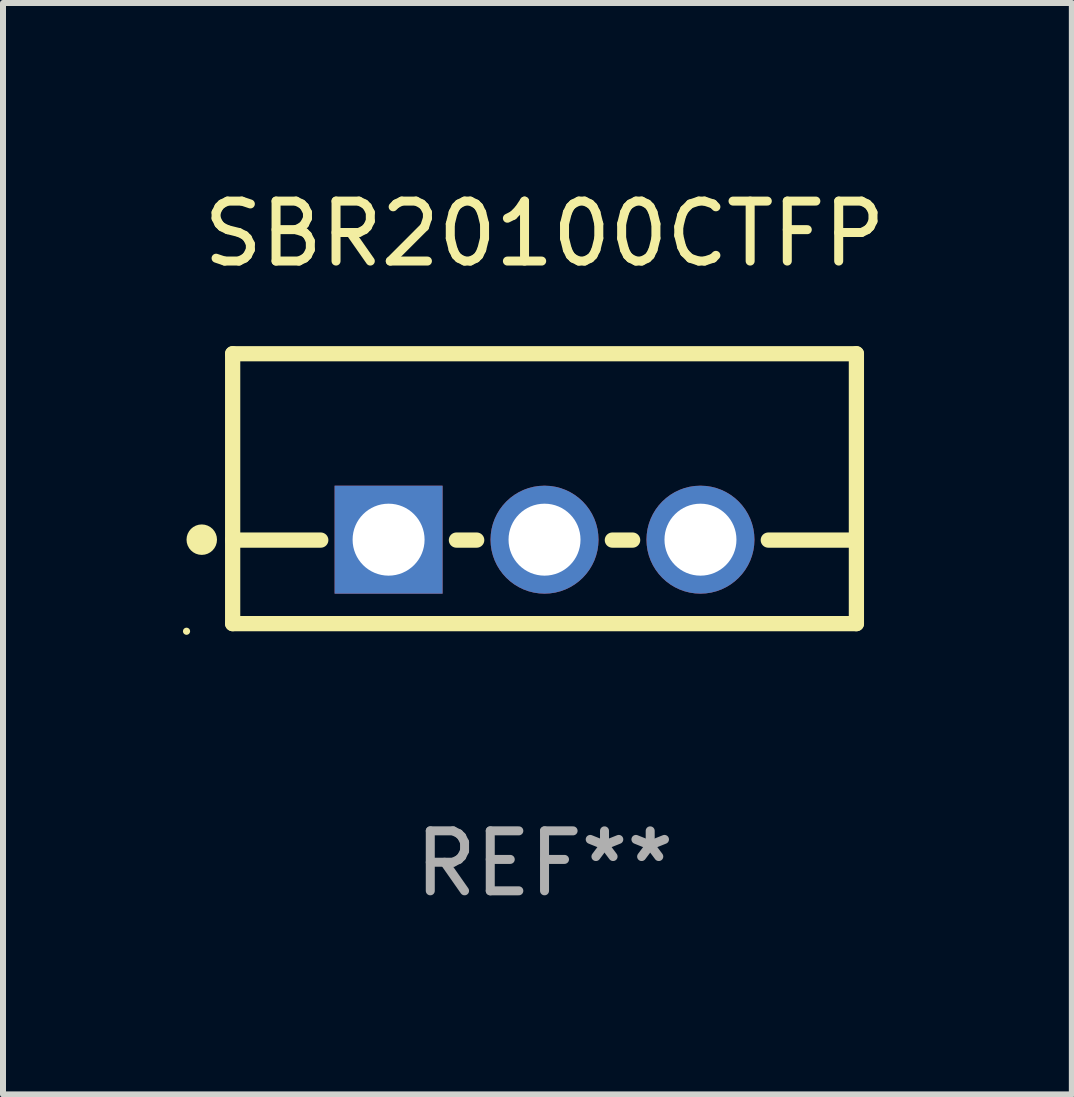
<source format=kicad_pcb>
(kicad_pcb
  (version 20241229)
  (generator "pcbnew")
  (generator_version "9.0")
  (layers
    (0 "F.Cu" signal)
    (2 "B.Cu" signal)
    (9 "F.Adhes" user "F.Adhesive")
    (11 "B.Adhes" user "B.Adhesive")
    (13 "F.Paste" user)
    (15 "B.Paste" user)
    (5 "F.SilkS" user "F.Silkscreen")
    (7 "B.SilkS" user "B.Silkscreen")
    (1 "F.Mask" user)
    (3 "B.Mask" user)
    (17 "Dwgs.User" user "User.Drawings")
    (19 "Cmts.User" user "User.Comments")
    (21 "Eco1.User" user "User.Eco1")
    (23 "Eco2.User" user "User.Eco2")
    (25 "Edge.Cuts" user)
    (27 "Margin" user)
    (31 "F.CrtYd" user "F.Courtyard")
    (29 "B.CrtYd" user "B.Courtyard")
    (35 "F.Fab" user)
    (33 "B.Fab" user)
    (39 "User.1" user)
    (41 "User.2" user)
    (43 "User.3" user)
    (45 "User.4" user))
  (footprint "SBR20100CTFP"
    (layer "F.Cu")
    (at 6.029 5.098)
    (property "Reference" "SBR20100CTFP" (at 0 -4.25 0) (layer "F.SilkS") (effects (font (size 1 1) (thickness 0.15))))
    (attr through_hole)
    (fp_line (start -5.2 -2.25) (end -5.2 2.25) (stroke (width 0.254) (type solid)) (layer "F.SilkS"))
    (fp_line (start -5.2 -2.25) (end 5.2 -2.25) (stroke (width 0.254) (type solid)) (layer "F.SilkS"))
    (fp_line (start -5.2 0.857) (end -3.731 0.857) (stroke (width 0.254) (type solid)) (layer "F.SilkS"))
    (fp_line (start -5.2 2.25) (end 5.2 2.25) (stroke (width 0.254) (type solid)) (layer "F.SilkS"))
    (fp_line (start -1.469 0.857) (end -1.131 0.857) (stroke (width 0.254) (type solid)) (layer "F.SilkS"))
    (fp_line (start 1.131 0.857) (end 1.469 0.857) (stroke (width 0.254) (type solid)) (layer "F.SilkS"))
    (fp_line (start 3.731 0.857) (end 5.2 0.857) (stroke (width 0.254) (type solid)) (layer "F.SilkS"))
    (fp_line (start 5.2 -2.25) (end 5.2 2.25) (stroke (width 0.254) (type solid)) (layer "F.SilkS"))
    (fp_circle (center -5.969 2.377) (end -5.939 2.377) (stroke (width 0.06) (type solid)) (fill no) (layer "F.SilkS"))
    (fp_circle (center -5.715 0.85) (end -5.588 0.85) (stroke (width 0.254) (type solid)) (fill no) (layer "F.SilkS"))
    (fp_text user "REF**" (at 0 6.25 0) (layer "F.Fab") (effects (font (size 1 1) (thickness 0.15))))
    (pad "1" thru_hole rect (at -2.6 0.85) (size 1.8 1.8) (drill 1.2) (layers "*.Cu" "*.Mask"))
    (pad "2" thru_hole circle (at 0 0.85) (size 1.8 1.8) (drill 1.2) (layers "*.Cu" "*.Mask"))
    (pad "3" thru_hole circle (at 2.6 0.85) (size 1.8 1.8) (drill 1.2) (layers "*.Cu" "*.Mask")))
  (gr_rect
    (start -3 -3)
    (end 14.821 15.197)
    (stroke (width 0.1) (type default))
    (fill no)
    (layer "Edge.Cuts")))
</source>
